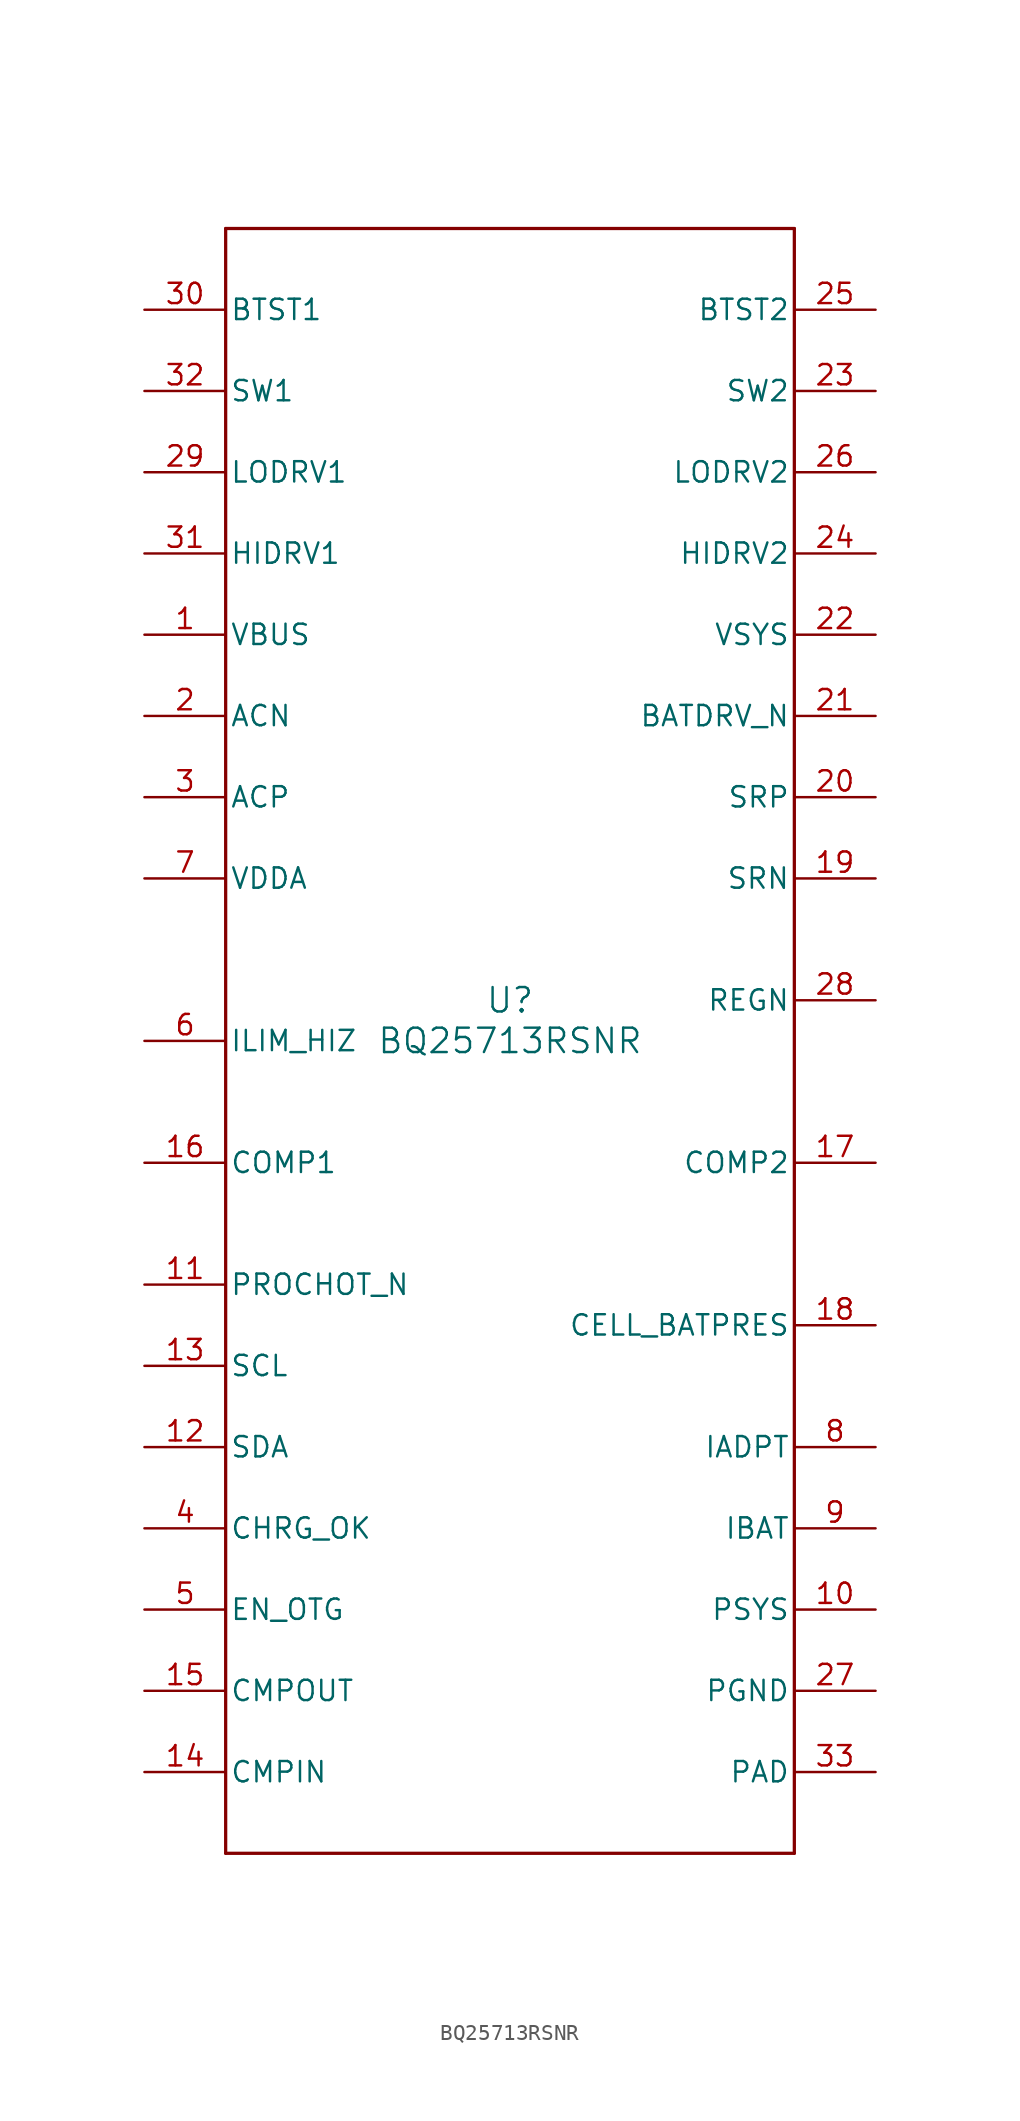
<source format=kicad_sym>
(kicad_symbol_lib
  (version 20211014)
  (generator kicad_symbol_editor)
  (symbol "BQ25713RSNR"
    (pin_names
      (offset 0.254))
    (property "Reference" "U"
      (at 0 2.54 0)
      (effects (font (size 1.524 1.524))))
    (property "Value" "BQ25713RSNR"
      (at 0 0 0)
      (effects (font (size 1.524 1.524))))
    (symbol "BQ25713RSNR_0_1"
      (polyline (pts (xy -17.78 -50.8) (xy 17.78 -50.8)) (stroke (width 0.203) (type default) (color 0 0 0 0)) (fill (type none)))
      (polyline (pts (xy 17.78 -50.8) (xy 17.78 50.8)) (stroke (width 0.203) (type default) (color 0 0 0 0)) (fill (type none)))
      (polyline (pts (xy 17.78 50.8) (xy -17.78 50.8)) (stroke (width 0.203) (type default) (color 0 0 0 0)) (fill (type none)))
      (polyline (pts (xy -17.78 50.8) (xy -17.78 -50.8)) (stroke (width 0.203) (type default) (color 0 0 0 0)) (fill (type none)))
      (pin power_in line (at -22.86 25.4 0) (length 5.08) (name "VBUS" (effects (font (size 1.27 1.27)))) (number "1" (effects (font (size 1.27 1.27)))))
      (pin input line (at -22.86 20.32 0) (length 5.08) (name "ACN" (effects (font (size 1.27 1.27)))) (number "2" (effects (font (size 1.27 1.27)))))
      (pin input line (at -22.86 15.24 0) (length 5.08) (name "ACP" (effects (font (size 1.27 1.27)))) (number "3" (effects (font (size 1.27 1.27)))))
      (pin open_collector line (at -22.86 -30.48 0) (length 5.08) (name "CHRG_OK" (effects (font (size 1.27 1.27)))) (number "4" (effects (font (size 1.27 1.27)))))
      (pin input line (at -22.86 -35.56 0) (length 5.08) (name "EN_OTG" (effects (font (size 1.27 1.27)))) (number "5" (effects (font (size 1.27 1.27)))))
      (pin input line (at -22.86 0 0) (length 5.08) (name "ILIM_HIZ" (effects (font (size 1.27 1.27)))) (number "6" (effects (font (size 1.27 1.27)))))
      (pin power_in line (at -22.86 10.16 0) (length 5.08) (name "VDDA" (effects (font (size 1.27 1.27)))) (number "7" (effects (font (size 1.27 1.27)))))
      (pin output line (at 22.86 -25.4 180) (length 5.08) (name "IADPT" (effects (font (size 1.27 1.27)))) (number "8" (effects (font (size 1.27 1.27)))))
      (pin output line (at 22.86 -30.48 180) (length 5.08) (name "IBAT" (effects (font (size 1.27 1.27)))) (number "9" (effects (font (size 1.27 1.27)))))
      (pin output line (at 22.86 -35.56 180) (length 5.08) (name "PSYS" (effects (font (size 1.27 1.27)))) (number "10" (effects (font (size 1.27 1.27)))))
      (pin open_collector line (at -22.86 -15.24 0) (length 5.08) (name "PROCHOT_N" (effects (font (size 1.27 1.27)))) (number "11" (effects (font (size 1.27 1.27)))))
      (pin bidirectional line (at -22.86 -25.4 0) (length 5.08) (name "SDA" (effects (font (size 1.27 1.27)))) (number "12" (effects (font (size 1.27 1.27)))))
      (pin input line (at -22.86 -20.32 0) (length 5.08) (name "SCL" (effects (font (size 1.27 1.27)))) (number "13" (effects (font (size 1.27 1.27)))))
      (pin input line (at -22.86 -45.72 0) (length 5.08) (name "CMPIN" (effects (font (size 1.27 1.27)))) (number "14" (effects (font (size 1.27 1.27)))))
      (pin open_collector line (at -22.86 -40.64 0) (length 5.08) (name "CMPOUT" (effects (font (size 1.27 1.27)))) (number "15" (effects (font (size 1.27 1.27)))))
      (pin input line (at -22.86 -7.62 0) (length 5.08) (name "COMP1" (effects (font (size 1.27 1.27)))) (number "16" (effects (font (size 1.27 1.27)))))
      (pin input line (at 22.86 -7.62 180) (length 5.08) (name "COMP2" (effects (font (size 1.27 1.27)))) (number "17" (effects (font (size 1.27 1.27)))))
      (pin input line (at 22.86 -17.78 180) (length 5.08) (name "CELL_BATPRES" (effects (font (size 1.27 1.27)))) (number "18" (effects (font (size 1.27 1.27)))))
      (pin input line (at 22.86 10.16 180) (length 5.08) (name "SRN" (effects (font (size 1.27 1.27)))) (number "19" (effects (font (size 1.27 1.27)))))
      (pin input line (at 22.86 15.24 180) (length 5.08) (name "SRP" (effects (font (size 1.27 1.27)))) (number "20" (effects (font (size 1.27 1.27)))))
      (pin output line (at 22.86 20.32 180) (length 5.08) (name "BATDRV_N" (effects (font (size 1.27 1.27)))) (number "21" (effects (font (size 1.27 1.27)))))
      (pin power_in line (at 22.86 25.4 180) (length 5.08) (name "VSYS" (effects (font (size 1.27 1.27)))) (number "22" (effects (font (size 1.27 1.27)))))
      (pin power_in line (at 22.86 40.64 180) (length 5.08) (name "SW2" (effects (font (size 1.27 1.27)))) (number "23" (effects (font (size 1.27 1.27)))))
      (pin output line (at 22.86 30.48 180) (length 5.08) (name "HIDRV2" (effects (font (size 1.27 1.27)))) (number "24" (effects (font (size 1.27 1.27)))))
      (pin power_in line (at 22.86 45.72 180) (length 5.08) (name "BTST2" (effects (font (size 1.27 1.27)))) (number "25" (effects (font (size 1.27 1.27)))))
      (pin output line (at 22.86 35.56 180) (length 5.08) (name "LODRV2" (effects (font (size 1.27 1.27)))) (number "26" (effects (font (size 1.27 1.27)))))
      (pin power_in line (at 22.86 -40.64 180) (length 5.08) (name "PGND" (effects (font (size 1.27 1.27)))) (number "27" (effects (font (size 1.27 1.27)))))
      (pin power_in line (at 22.86 2.54 180) (length 5.08) (name "REGN" (effects (font (size 1.27 1.27)))) (number "28" (effects (font (size 1.27 1.27)))))
      (pin output line (at -22.86 35.56 0) (length 5.08) (name "LODRV1" (effects (font (size 1.27 1.27)))) (number "29" (effects (font (size 1.27 1.27)))))
      (pin power_in line (at -22.86 45.72 0) (length 5.08) (name "BTST1" (effects (font (size 1.27 1.27)))) (number "30" (effects (font (size 1.27 1.27)))))
      (pin output line (at -22.86 30.48 0) (length 5.08) (name "HIDRV1" (effects (font (size 1.27 1.27)))) (number "31" (effects (font (size 1.27 1.27)))))
      (pin power_in line (at -22.86 40.64 0) (length 5.08) (name "SW1" (effects (font (size 1.27 1.27)))) (number "32" (effects (font (size 1.27 1.27)))))
      (pin power_in line (at 22.86 -45.72 180) (length 5.08) (name "PAD" (effects (font (size 1.27 1.27)))) (number "33" (effects (font (size 1.27 1.27))))))))
</source>
